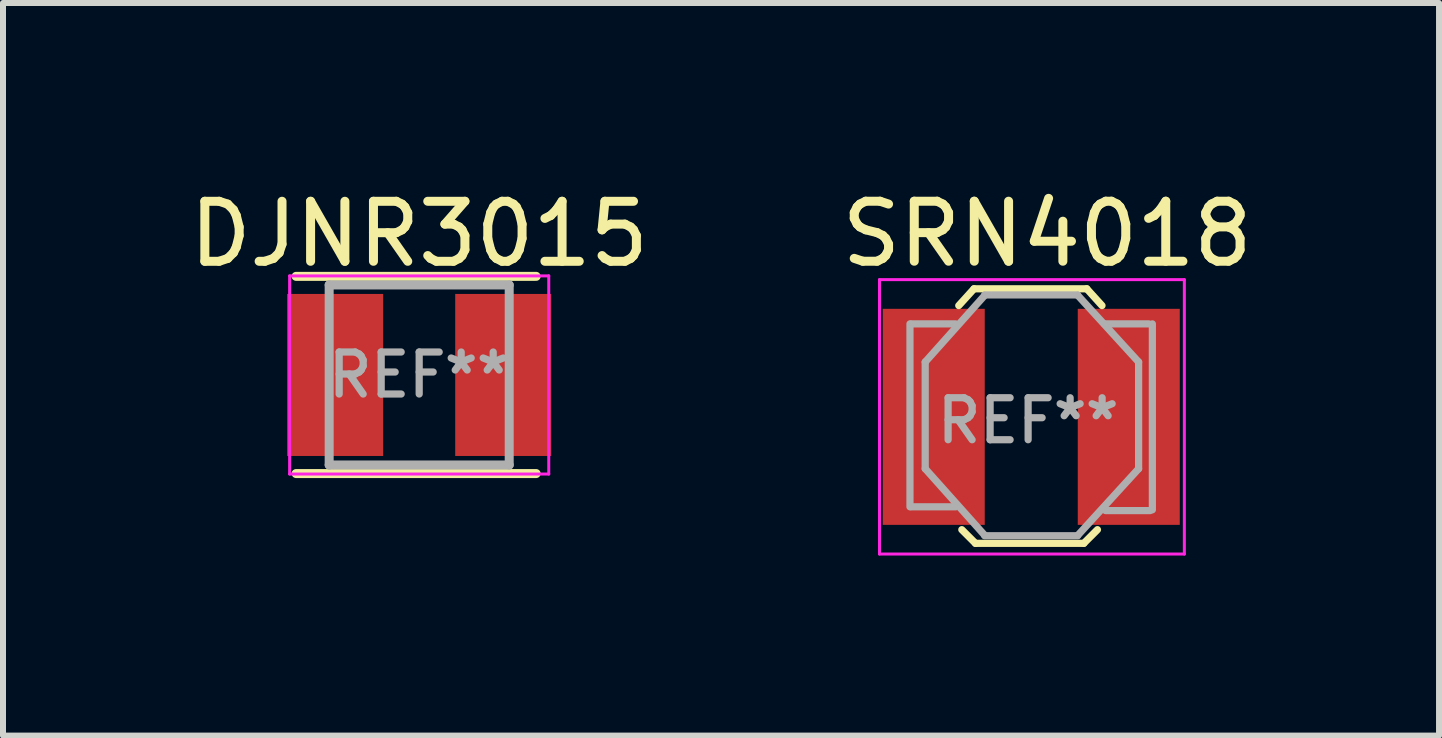
<source format=kicad_pcb>
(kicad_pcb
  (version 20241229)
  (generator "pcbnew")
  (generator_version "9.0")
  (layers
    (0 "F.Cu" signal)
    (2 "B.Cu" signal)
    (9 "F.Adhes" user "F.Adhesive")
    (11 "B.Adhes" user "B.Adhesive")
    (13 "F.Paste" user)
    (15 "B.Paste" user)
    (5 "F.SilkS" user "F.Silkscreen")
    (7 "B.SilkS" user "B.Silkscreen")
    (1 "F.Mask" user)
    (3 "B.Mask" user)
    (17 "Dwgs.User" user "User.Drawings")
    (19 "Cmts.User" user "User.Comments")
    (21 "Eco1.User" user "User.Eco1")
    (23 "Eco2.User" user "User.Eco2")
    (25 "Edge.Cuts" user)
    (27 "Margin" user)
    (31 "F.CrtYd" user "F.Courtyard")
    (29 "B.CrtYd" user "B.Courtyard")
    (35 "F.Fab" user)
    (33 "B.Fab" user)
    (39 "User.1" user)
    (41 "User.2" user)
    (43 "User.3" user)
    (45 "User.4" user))
  (footprint "SRN4018"
    (layer "F.Cu")
    (at 11.859 3.896)
    (property "Reference" "SRN4018" (at 2.54 -3.048 0) (layer "F.SilkS") (effects (font (size 1 1) (thickness 0.15))))
    (attr smd)
    (fp_line (start 1.067 -1.854) (end 1.321 -2.134) (stroke (width 0.12) (type solid)) (layer "F.SilkS"))
    (fp_line (start 1.118 1.88) (end 1.346 2.108) (stroke (width 0.12) (type solid)) (layer "F.SilkS"))
    (fp_line (start 1.321 -2.134) (end 3.2 -2.134) (stroke (width 0.12) (type solid)) (layer "F.SilkS"))
    (fp_line (start 1.346 2.108) (end 3.15 2.108) (stroke (width 0.12) (type solid)) (layer "F.SilkS"))
    (fp_line (start 3.15 2.108) (end 3.378 1.88) (stroke (width 0.12) (type solid)) (layer "F.SilkS"))
    (fp_line (start 3.2 -2.134) (end 3.454 -1.854) (stroke (width 0.12) (type solid)) (layer "F.SilkS"))
    (fp_line (start -0.254 -2.286) (end 4.826 -2.286) (stroke (width 0.05) (type solid)) (layer "F.CrtYd"))
    (fp_line (start -0.254 2.286) (end -0.254 -2.286) (stroke (width 0.05) (type solid)) (layer "F.CrtYd"))
    (fp_line (start 4.826 -2.286) (end 4.826 2.286) (stroke (width 0.05) (type solid)) (layer "F.CrtYd"))
    (fp_line (start 4.826 2.286) (end -0.254 2.286) (stroke (width 0.05) (type solid)) (layer "F.CrtYd"))
    (fp_line (start 0.254 -1.549) (end 0.254 1.499) (stroke (width 0.12) (type solid)) (layer "F.Fab"))
    (fp_line (start 0.275 -1.549) (end 1.016 -1.549) (stroke (width 0.12) (type solid)) (layer "F.Fab"))
    (fp_line (start 0.275 1.499) (end 1.016 1.499) (stroke (width 0.12) (type solid)) (layer "F.Fab"))
    (fp_line (start 0.508 -0.914) (end 0.508 0.864) (stroke (width 0.12) (type solid)) (layer "F.Fab"))
    (fp_line (start 0.508 0.864) (end 1.5 1.975) (stroke (width 0.12) (type solid)) (layer "F.Fab"))
    (fp_line (start 1.499 -2.032) (end 3.048 -2.032) (stroke (width 0.12) (type solid)) (layer "F.Fab"))
    (fp_line (start 1.499 1.981) (end 3.048 1.981) (stroke (width 0.12) (type solid)) (layer "F.Fab"))
    (fp_line (start 1.5 -2.025) (end 0.508 -0.914) (stroke (width 0.12) (type solid)) (layer "F.Fab"))
    (fp_line (start 3.05 -2.025) (end 4.064 -0.914) (stroke (width 0.12) (type solid)) (layer "F.Fab"))
    (fp_line (start 3.493 -1.549) (end 4.234 -1.549) (stroke (width 0.12) (type solid)) (layer "F.Fab"))
    (fp_line (start 3.514 1.562) (end 4.255 1.562) (stroke (width 0.12) (type solid)) (layer "F.Fab"))
    (fp_line (start 4.064 -0.914) (end 4.064 0.864) (stroke (width 0.12) (type solid)) (layer "F.Fab"))
    (fp_line (start 4.064 0.864) (end 3.05 1.975) (stroke (width 0.12) (type solid)) (layer "F.Fab"))
    (fp_line (start 4.293 1.549) (end 4.293 -1.549) (stroke (width 0.12) (type solid)) (layer "F.Fab"))
    (fp_text user "REF**" (at 2.223 0.064 0) (layer "F.Fab") (effects (font (size 0.7 0.7) (thickness 0.12))))
    (pad "1" smd rect (at 0.65 0) (size 1.7 3.6) (layers "F.Cu" "F.Mask" "F.Paste"))
    (pad "2" smd rect (at 3.9 0) (size 1.7 3.6) (layers "F.Cu" "F.Mask" "F.Paste")))
  (footprint "DJNR3015"
    (layer "F.Cu")
    (at 3.935 3.198)
    (property "Reference" "DJNR3015" (at 0 -2.349 0) (layer "F.SilkS") (effects (font (size 1 1) (thickness 0.15))))
    (attr smd)
    (fp_line (start -2.051 -1.643) (end 1.949 -1.643) (stroke (width 0.15) (type solid)) (layer "F.SilkS"))
    (fp_line (start -2.051 1.643) (end 1.949 1.643) (stroke (width 0.15) (type solid)) (layer "F.SilkS"))
    (fp_line (start -2.159 -1.651) (end 2.159 -1.651) (stroke (width 0.05) (type solid)) (layer "F.CrtYd"))
    (fp_line (start -2.159 1.651) (end -2.159 -1.651) (stroke (width 0.05) (type solid)) (layer "F.CrtYd"))
    (fp_line (start 2.159 -1.651) (end 2.159 1.651) (stroke (width 0.05) (type solid)) (layer "F.CrtYd"))
    (fp_line (start 2.159 1.651) (end -2.159 1.651) (stroke (width 0.05) (type solid)) (layer "F.CrtYd"))
    (fp_line (start -1.5 -1.5) (end 1.5 -1.5) (stroke (width 0.15) (type solid)) (layer "F.Fab"))
    (fp_line (start -1.5 1.5) (end -1.5 -1.5) (stroke (width 0.15) (type solid)) (layer "F.Fab"))
    (fp_line (start -1.5 1.5) (end 1.5 1.5) (stroke (width 0.15) (type solid)) (layer "F.Fab"))
    (fp_line (start 1.5 1.5) (end 1.5 -1.5) (stroke (width 0.15) (type solid)) (layer "F.Fab"))
    (fp_text user "REF**" (at 0 0 0) (layer "F.Fab") (effects (font (size 0.7 0.7) (thickness 0.12))))
    (pad "1" smd rect (at -1.4 0) (size 1.6 2.7) (layers "F.Cu" "F.Mask" "F.Paste"))
    (pad "2" smd rect (at 1.4 0) (size 1.6 2.7) (layers "F.Cu" "F.Mask" "F.Paste")))
  (gr_rect
    (start -3 -3)
    (end 20.929 9.207)
    (stroke (width 0.1) (type default))
    (fill no)
    (layer "Edge.Cuts")))
</source>
